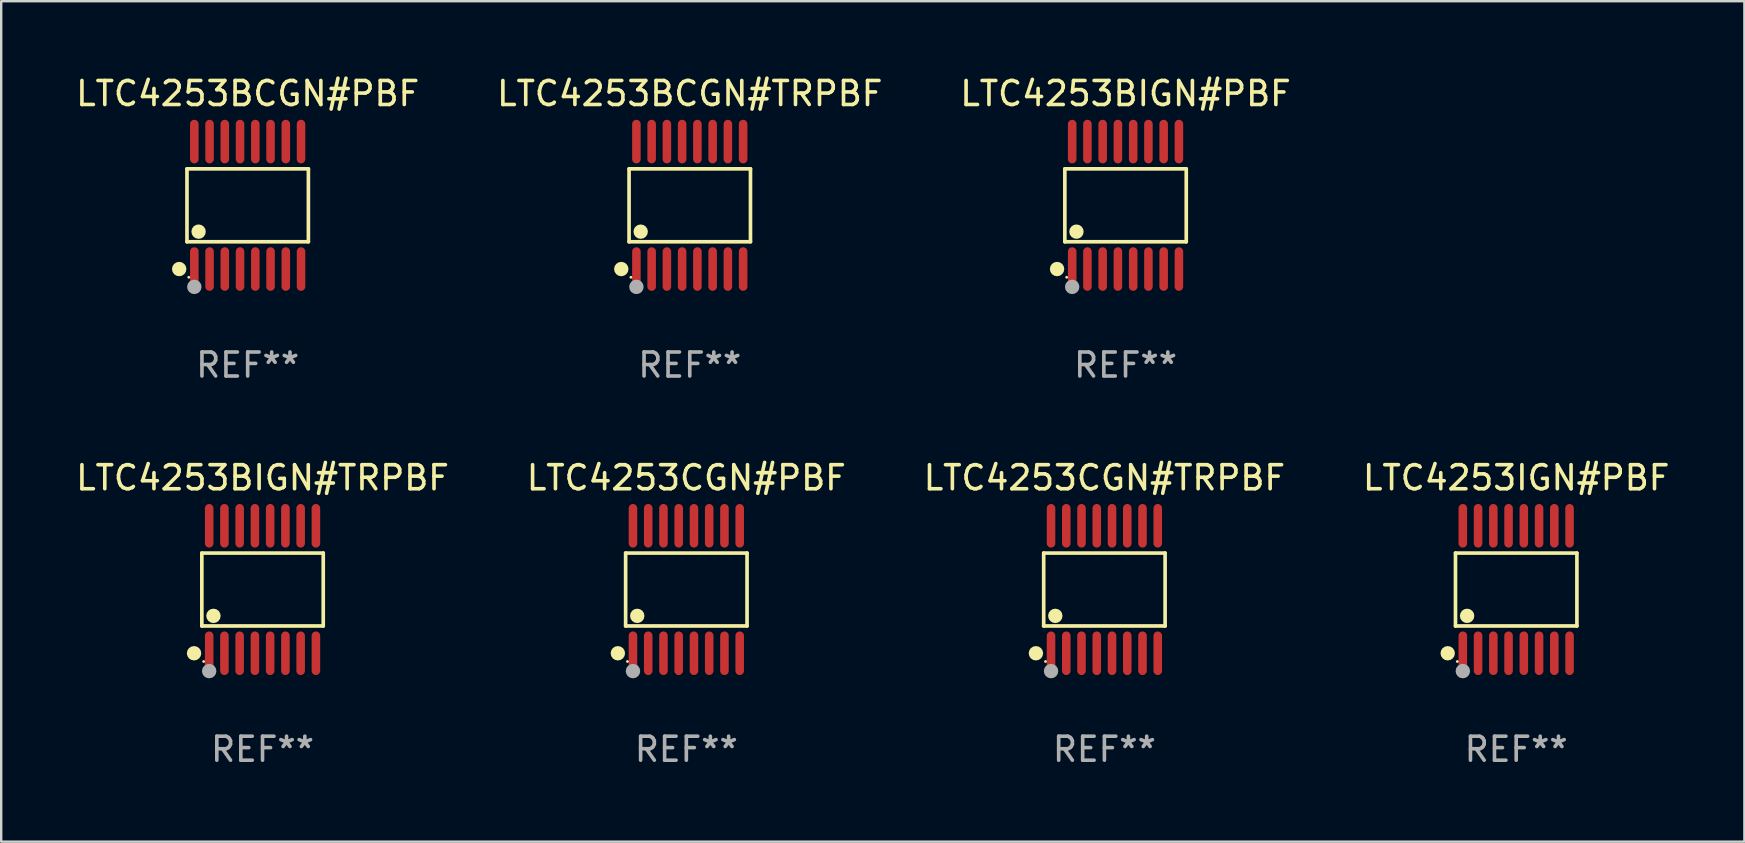
<source format=kicad_pcb>
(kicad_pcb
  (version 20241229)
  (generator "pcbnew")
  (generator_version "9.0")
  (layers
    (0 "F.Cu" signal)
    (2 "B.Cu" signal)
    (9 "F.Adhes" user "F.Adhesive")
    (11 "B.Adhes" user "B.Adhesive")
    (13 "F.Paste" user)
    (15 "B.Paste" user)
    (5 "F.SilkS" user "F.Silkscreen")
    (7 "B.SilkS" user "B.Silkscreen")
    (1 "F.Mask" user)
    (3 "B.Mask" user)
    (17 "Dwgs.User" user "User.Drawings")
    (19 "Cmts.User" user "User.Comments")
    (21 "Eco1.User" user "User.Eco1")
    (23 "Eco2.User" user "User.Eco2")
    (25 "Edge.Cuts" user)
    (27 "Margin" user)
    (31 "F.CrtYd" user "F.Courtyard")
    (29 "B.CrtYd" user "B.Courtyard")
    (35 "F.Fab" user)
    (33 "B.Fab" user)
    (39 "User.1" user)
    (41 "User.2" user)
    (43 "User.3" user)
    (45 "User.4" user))
  (footprint "LTC4253IGN#PBF"
    (layer "F.Cu")
    (at 60.113 21.509)
    (property "Reference" "LTC4253IGN#PBF" (at 0 -4.655 0) (layer "F.SilkS") (effects (font (size 1 1) (thickness 0.15))))
    (attr through_hole)
    (fp_line (start -2.529 -1.519) (end 2.529 -1.519) (stroke (width 0.152) (type solid)) (layer "F.SilkS"))
    (fp_line (start -2.529 1.519) (end -2.529 -1.519) (stroke (width 0.152) (type solid)) (layer "F.SilkS"))
    (fp_line (start 2.529 -1.519) (end 2.529 1.519) (stroke (width 0.152) (type solid)) (layer "F.SilkS"))
    (fp_line (start 2.529 1.519) (end -2.529 1.519) (stroke (width 0.152) (type solid)) (layer "F.SilkS"))
    (fp_circle (center -2.853 2.655) (end -2.703 2.655) (stroke (width 0.3) (type solid)) (fill no) (layer "F.SilkS"))
    (fp_circle (center -2.453 2.998) (end -2.423 2.998) (stroke (width 0.06) (type solid)) (fill no) (layer "F.SilkS"))
    (fp_circle (center -2.045 1.097) (end -1.895 1.097) (stroke (width 0.3) (type solid)) (fill no) (layer "F.SilkS"))
    (fp_circle (center -2.223 3.398) (end -2.072 3.398) (stroke (width 0.3) (type solid)) (fill no) (layer "F.Fab"))
    (fp_text user "REF**" (at 0 6.655 0) (layer "F.Fab") (effects (font (size 1 1) (thickness 0.15))))
    (pad "1" smd oval (at -2.223 2.655) (size 0.356 1.815) (layers "F.Cu" "F.Mask" "F.Paste"))
    (pad "2" smd oval (at -1.588 2.655) (size 0.356 1.815) (layers "F.Cu" "F.Mask" "F.Paste"))
    (pad "3" smd oval (at -0.953 2.655) (size 0.356 1.815) (layers "F.Cu" "F.Mask" "F.Paste"))
    (pad "4" smd oval (at -0.318 2.655) (size 0.356 1.815) (layers "F.Cu" "F.Mask" "F.Paste"))
    (pad "5" smd oval (at 0.318 2.655) (size 0.356 1.815) (layers "F.Cu" "F.Mask" "F.Paste"))
    (pad "6" smd oval (at 0.953 2.655) (size 0.356 1.815) (layers "F.Cu" "F.Mask" "F.Paste"))
    (pad "7" smd oval (at 1.588 2.655) (size 0.356 1.815) (layers "F.Cu" "F.Mask" "F.Paste"))
    (pad "8" smd oval (at 2.223 2.655) (size 0.356 1.815) (layers "F.Cu" "F.Mask" "F.Paste"))
    (pad "9" smd oval (at 2.223 -2.655) (size 0.356 1.815) (layers "F.Cu" "F.Mask" "F.Paste"))
    (pad "10" smd oval (at 1.588 -2.655) (size 0.356 1.815) (layers "F.Cu" "F.Mask" "F.Paste"))
    (pad "11" smd oval (at 0.953 -2.655) (size 0.356 1.815) (layers "F.Cu" "F.Mask" "F.Paste"))
    (pad "12" smd oval (at 0.318 -2.655) (size 0.356 1.815) (layers "F.Cu" "F.Mask" "F.Paste"))
    (pad "13" smd oval (at -0.318 -2.655) (size 0.356 1.815) (layers "F.Cu" "F.Mask" "F.Paste"))
    (pad "14" smd oval (at -0.953 -2.655) (size 0.356 1.815) (layers "F.Cu" "F.Mask" "F.Paste"))
    (pad "15" smd oval (at -1.588 -2.655) (size 0.356 1.815) (layers "F.Cu" "F.Mask" "F.Paste"))
    (pad "16" smd oval (at -2.223 -2.655) (size 0.356 1.815) (layers "F.Cu" "F.Mask" "F.Paste")))
  (footprint "LTC4253CGN#PBF"
    (layer "F.Cu")
    (at 25.542 21.509)
    (property "Reference" "LTC4253CGN#PBF" (at 0 -4.655 0) (layer "F.SilkS") (effects (font (size 1 1) (thickness 0.15))))
    (attr through_hole)
    (fp_line (start -2.529 -1.519) (end 2.529 -1.519) (stroke (width 0.152) (type solid)) (layer "F.SilkS"))
    (fp_line (start -2.529 1.519) (end -2.529 -1.519) (stroke (width 0.152) (type solid)) (layer "F.SilkS"))
    (fp_line (start 2.529 -1.519) (end 2.529 1.519) (stroke (width 0.152) (type solid)) (layer "F.SilkS"))
    (fp_line (start 2.529 1.519) (end -2.529 1.519) (stroke (width 0.152) (type solid)) (layer "F.SilkS"))
    (fp_circle (center -2.853 2.655) (end -2.703 2.655) (stroke (width 0.3) (type solid)) (fill no) (layer "F.SilkS"))
    (fp_circle (center -2.453 2.998) (end -2.423 2.998) (stroke (width 0.06) (type solid)) (fill no) (layer "F.SilkS"))
    (fp_circle (center -2.045 1.097) (end -1.895 1.097) (stroke (width 0.3) (type solid)) (fill no) (layer "F.SilkS"))
    (fp_circle (center -2.223 3.398) (end -2.072 3.398) (stroke (width 0.3) (type solid)) (fill no) (layer "F.Fab"))
    (fp_text user "REF**" (at 0 6.655 0) (layer "F.Fab") (effects (font (size 1 1) (thickness 0.15))))
    (pad "1" smd oval (at -2.223 2.655) (size 0.356 1.815) (layers "F.Cu" "F.Mask" "F.Paste"))
    (pad "2" smd oval (at -1.588 2.655) (size 0.356 1.815) (layers "F.Cu" "F.Mask" "F.Paste"))
    (pad "3" smd oval (at -0.953 2.655) (size 0.356 1.815) (layers "F.Cu" "F.Mask" "F.Paste"))
    (pad "4" smd oval (at -0.318 2.655) (size 0.356 1.815) (layers "F.Cu" "F.Mask" "F.Paste"))
    (pad "5" smd oval (at 0.318 2.655) (size 0.356 1.815) (layers "F.Cu" "F.Mask" "F.Paste"))
    (pad "6" smd oval (at 0.953 2.655) (size 0.356 1.815) (layers "F.Cu" "F.Mask" "F.Paste"))
    (pad "7" smd oval (at 1.588 2.655) (size 0.356 1.815) (layers "F.Cu" "F.Mask" "F.Paste"))
    (pad "8" smd oval (at 2.223 2.655) (size 0.356 1.815) (layers "F.Cu" "F.Mask" "F.Paste"))
    (pad "9" smd oval (at 2.223 -2.655) (size 0.356 1.815) (layers "F.Cu" "F.Mask" "F.Paste"))
    (pad "10" smd oval (at 1.588 -2.655) (size 0.356 1.815) (layers "F.Cu" "F.Mask" "F.Paste"))
    (pad "11" smd oval (at 0.953 -2.655) (size 0.356 1.815) (layers "F.Cu" "F.Mask" "F.Paste"))
    (pad "12" smd oval (at 0.318 -2.655) (size 0.356 1.815) (layers "F.Cu" "F.Mask" "F.Paste"))
    (pad "13" smd oval (at -0.318 -2.655) (size 0.356 1.815) (layers "F.Cu" "F.Mask" "F.Paste"))
    (pad "14" smd oval (at -0.953 -2.655) (size 0.356 1.815) (layers "F.Cu" "F.Mask" "F.Paste"))
    (pad "15" smd oval (at -1.588 -2.655) (size 0.356 1.815) (layers "F.Cu" "F.Mask" "F.Paste"))
    (pad "16" smd oval (at -2.223 -2.655) (size 0.356 1.815) (layers "F.Cu" "F.Mask" "F.Paste")))
  (footprint "LTC4253BCGN#PBF"
    (layer "F.Cu")
    (at 7.268 5.503)
    (property "Reference" "LTC4253BCGN#PBF" (at 0 -4.655 0) (layer "F.SilkS") (effects (font (size 1 1) (thickness 0.15))))
    (attr through_hole)
    (fp_line (start -2.529 -1.519) (end 2.529 -1.519) (stroke (width 0.152) (type solid)) (layer "F.SilkS"))
    (fp_line (start -2.529 1.519) (end -2.529 -1.519) (stroke (width 0.152) (type solid)) (layer "F.SilkS"))
    (fp_line (start 2.529 -1.519) (end 2.529 1.519) (stroke (width 0.152) (type solid)) (layer "F.SilkS"))
    (fp_line (start 2.529 1.519) (end -2.529 1.519) (stroke (width 0.152) (type solid)) (layer "F.SilkS"))
    (fp_circle (center -2.853 2.655) (end -2.703 2.655) (stroke (width 0.3) (type solid)) (fill no) (layer "F.SilkS"))
    (fp_circle (center -2.453 2.998) (end -2.423 2.998) (stroke (width 0.06) (type solid)) (fill no) (layer "F.SilkS"))
    (fp_circle (center -2.045 1.097) (end -1.895 1.097) (stroke (width 0.3) (type solid)) (fill no) (layer "F.SilkS"))
    (fp_circle (center -2.223 3.398) (end -2.072 3.398) (stroke (width 0.3) (type solid)) (fill no) (layer "F.Fab"))
    (fp_text user "REF**" (at 0 6.655 0) (layer "F.Fab") (effects (font (size 1 1) (thickness 0.15))))
    (pad "1" smd oval (at -2.223 2.655) (size 0.356 1.815) (layers "F.Cu" "F.Mask" "F.Paste"))
    (pad "2" smd oval (at -1.588 2.655) (size 0.356 1.815) (layers "F.Cu" "F.Mask" "F.Paste"))
    (pad "3" smd oval (at -0.953 2.655) (size 0.356 1.815) (layers "F.Cu" "F.Mask" "F.Paste"))
    (pad "4" smd oval (at -0.318 2.655) (size 0.356 1.815) (layers "F.Cu" "F.Mask" "F.Paste"))
    (pad "5" smd oval (at 0.318 2.655) (size 0.356 1.815) (layers "F.Cu" "F.Mask" "F.Paste"))
    (pad "6" smd oval (at 0.953 2.655) (size 0.356 1.815) (layers "F.Cu" "F.Mask" "F.Paste"))
    (pad "7" smd oval (at 1.588 2.655) (size 0.356 1.815) (layers "F.Cu" "F.Mask" "F.Paste"))
    (pad "8" smd oval (at 2.223 2.655) (size 0.356 1.815) (layers "F.Cu" "F.Mask" "F.Paste"))
    (pad "9" smd oval (at 2.223 -2.655) (size 0.356 1.815) (layers "F.Cu" "F.Mask" "F.Paste"))
    (pad "10" smd oval (at 1.588 -2.655) (size 0.356 1.815) (layers "F.Cu" "F.Mask" "F.Paste"))
    (pad "11" smd oval (at 0.953 -2.655) (size 0.356 1.815) (layers "F.Cu" "F.Mask" "F.Paste"))
    (pad "12" smd oval (at 0.318 -2.655) (size 0.356 1.815) (layers "F.Cu" "F.Mask" "F.Paste"))
    (pad "13" smd oval (at -0.318 -2.655) (size 0.356 1.815) (layers "F.Cu" "F.Mask" "F.Paste"))
    (pad "14" smd oval (at -0.953 -2.655) (size 0.356 1.815) (layers "F.Cu" "F.Mask" "F.Paste"))
    (pad "15" smd oval (at -1.588 -2.655) (size 0.356 1.815) (layers "F.Cu" "F.Mask" "F.Paste"))
    (pad "16" smd oval (at -2.223 -2.655) (size 0.356 1.815) (layers "F.Cu" "F.Mask" "F.Paste")))
  (footprint "LTC4253BCGN#TRPBF"
    (layer "F.Cu")
    (at 25.685 5.503)
    (property "Reference" "LTC4253BCGN#TRPBF" (at 0 -4.655 0) (layer "F.SilkS") (effects (font (size 1 1) (thickness 0.15))))
    (attr through_hole)
    (fp_line (start -2.529 -1.519) (end 2.529 -1.519) (stroke (width 0.152) (type solid)) (layer "F.SilkS"))
    (fp_line (start -2.529 1.519) (end -2.529 -1.519) (stroke (width 0.152) (type solid)) (layer "F.SilkS"))
    (fp_line (start 2.529 -1.519) (end 2.529 1.519) (stroke (width 0.152) (type solid)) (layer "F.SilkS"))
    (fp_line (start 2.529 1.519) (end -2.529 1.519) (stroke (width 0.152) (type solid)) (layer "F.SilkS"))
    (fp_circle (center -2.853 2.655) (end -2.703 2.655) (stroke (width 0.3) (type solid)) (fill no) (layer "F.SilkS"))
    (fp_circle (center -2.453 2.998) (end -2.423 2.998) (stroke (width 0.06) (type solid)) (fill no) (layer "F.SilkS"))
    (fp_circle (center -2.045 1.097) (end -1.895 1.097) (stroke (width 0.3) (type solid)) (fill no) (layer "F.SilkS"))
    (fp_circle (center -2.223 3.398) (end -2.072 3.398) (stroke (width 0.3) (type solid)) (fill no) (layer "F.Fab"))
    (fp_text user "REF**" (at 0 6.655 0) (layer "F.Fab") (effects (font (size 1 1) (thickness 0.15))))
    (pad "1" smd oval (at -2.223 2.655) (size 0.356 1.815) (layers "F.Cu" "F.Mask" "F.Paste"))
    (pad "2" smd oval (at -1.588 2.655) (size 0.356 1.815) (layers "F.Cu" "F.Mask" "F.Paste"))
    (pad "3" smd oval (at -0.953 2.655) (size 0.356 1.815) (layers "F.Cu" "F.Mask" "F.Paste"))
    (pad "4" smd oval (at -0.318 2.655) (size 0.356 1.815) (layers "F.Cu" "F.Mask" "F.Paste"))
    (pad "5" smd oval (at 0.318 2.655) (size 0.356 1.815) (layers "F.Cu" "F.Mask" "F.Paste"))
    (pad "6" smd oval (at 0.953 2.655) (size 0.356 1.815) (layers "F.Cu" "F.Mask" "F.Paste"))
    (pad "7" smd oval (at 1.588 2.655) (size 0.356 1.815) (layers "F.Cu" "F.Mask" "F.Paste"))
    (pad "8" smd oval (at 2.223 2.655) (size 0.356 1.815) (layers "F.Cu" "F.Mask" "F.Paste"))
    (pad "9" smd oval (at 2.223 -2.655) (size 0.356 1.815) (layers "F.Cu" "F.Mask" "F.Paste"))
    (pad "10" smd oval (at 1.588 -2.655) (size 0.356 1.815) (layers "F.Cu" "F.Mask" "F.Paste"))
    (pad "11" smd oval (at 0.953 -2.655) (size 0.356 1.815) (layers "F.Cu" "F.Mask" "F.Paste"))
    (pad "12" smd oval (at 0.318 -2.655) (size 0.356 1.815) (layers "F.Cu" "F.Mask" "F.Paste"))
    (pad "13" smd oval (at -0.318 -2.655) (size 0.356 1.815) (layers "F.Cu" "F.Mask" "F.Paste"))
    (pad "14" smd oval (at -0.953 -2.655) (size 0.356 1.815) (layers "F.Cu" "F.Mask" "F.Paste"))
    (pad "15" smd oval (at -1.588 -2.655) (size 0.356 1.815) (layers "F.Cu" "F.Mask" "F.Paste"))
    (pad "16" smd oval (at -2.223 -2.655) (size 0.356 1.815) (layers "F.Cu" "F.Mask" "F.Paste")))
  (footprint "LTC4253CGN#TRPBF"
    (layer "F.Cu")
    (at 42.958 21.509)
    (property "Reference" "LTC4253CGN#TRPBF" (at 0 -4.655 0) (layer "F.SilkS") (effects (font (size 1 1) (thickness 0.15))))
    (attr through_hole)
    (fp_line (start -2.529 -1.519) (end 2.529 -1.519) (stroke (width 0.152) (type solid)) (layer "F.SilkS"))
    (fp_line (start -2.529 1.519) (end -2.529 -1.519) (stroke (width 0.152) (type solid)) (layer "F.SilkS"))
    (fp_line (start 2.529 -1.519) (end 2.529 1.519) (stroke (width 0.152) (type solid)) (layer "F.SilkS"))
    (fp_line (start 2.529 1.519) (end -2.529 1.519) (stroke (width 0.152) (type solid)) (layer "F.SilkS"))
    (fp_circle (center -2.853 2.655) (end -2.703 2.655) (stroke (width 0.3) (type solid)) (fill no) (layer "F.SilkS"))
    (fp_circle (center -2.453 2.998) (end -2.423 2.998) (stroke (width 0.06) (type solid)) (fill no) (layer "F.SilkS"))
    (fp_circle (center -2.045 1.097) (end -1.895 1.097) (stroke (width 0.3) (type solid)) (fill no) (layer "F.SilkS"))
    (fp_circle (center -2.223 3.398) (end -2.072 3.398) (stroke (width 0.3) (type solid)) (fill no) (layer "F.Fab"))
    (fp_text user "REF**" (at 0 6.655 0) (layer "F.Fab") (effects (font (size 1 1) (thickness 0.15))))
    (pad "1" smd oval (at -2.223 2.655) (size 0.356 1.815) (layers "F.Cu" "F.Mask" "F.Paste"))
    (pad "2" smd oval (at -1.588 2.655) (size 0.356 1.815) (layers "F.Cu" "F.Mask" "F.Paste"))
    (pad "3" smd oval (at -0.953 2.655) (size 0.356 1.815) (layers "F.Cu" "F.Mask" "F.Paste"))
    (pad "4" smd oval (at -0.318 2.655) (size 0.356 1.815) (layers "F.Cu" "F.Mask" "F.Paste"))
    (pad "5" smd oval (at 0.318 2.655) (size 0.356 1.815) (layers "F.Cu" "F.Mask" "F.Paste"))
    (pad "6" smd oval (at 0.953 2.655) (size 0.356 1.815) (layers "F.Cu" "F.Mask" "F.Paste"))
    (pad "7" smd oval (at 1.588 2.655) (size 0.356 1.815) (layers "F.Cu" "F.Mask" "F.Paste"))
    (pad "8" smd oval (at 2.223 2.655) (size 0.356 1.815) (layers "F.Cu" "F.Mask" "F.Paste"))
    (pad "9" smd oval (at 2.223 -2.655) (size 0.356 1.815) (layers "F.Cu" "F.Mask" "F.Paste"))
    (pad "10" smd oval (at 1.588 -2.655) (size 0.356 1.815) (layers "F.Cu" "F.Mask" "F.Paste"))
    (pad "11" smd oval (at 0.953 -2.655) (size 0.356 1.815) (layers "F.Cu" "F.Mask" "F.Paste"))
    (pad "12" smd oval (at 0.318 -2.655) (size 0.356 1.815) (layers "F.Cu" "F.Mask" "F.Paste"))
    (pad "13" smd oval (at -0.318 -2.655) (size 0.356 1.815) (layers "F.Cu" "F.Mask" "F.Paste"))
    (pad "14" smd oval (at -0.953 -2.655) (size 0.356 1.815) (layers "F.Cu" "F.Mask" "F.Paste"))
    (pad "15" smd oval (at -1.588 -2.655) (size 0.356 1.815) (layers "F.Cu" "F.Mask" "F.Paste"))
    (pad "16" smd oval (at -2.223 -2.655) (size 0.356 1.815) (layers "F.Cu" "F.Mask" "F.Paste")))
  (footprint "LTC4253BIGN#TRPBF"
    (layer "F.Cu")
    (at 7.887 21.509)
    (property "Reference" "LTC4253BIGN#TRPBF" (at 0 -4.655 0) (layer "F.SilkS") (effects (font (size 1 1) (thickness 0.15))))
    (attr through_hole)
    (fp_line (start -2.529 -1.519) (end 2.529 -1.519) (stroke (width 0.152) (type solid)) (layer "F.SilkS"))
    (fp_line (start -2.529 1.519) (end -2.529 -1.519) (stroke (width 0.152) (type solid)) (layer "F.SilkS"))
    (fp_line (start 2.529 -1.519) (end 2.529 1.519) (stroke (width 0.152) (type solid)) (layer "F.SilkS"))
    (fp_line (start 2.529 1.519) (end -2.529 1.519) (stroke (width 0.152) (type solid)) (layer "F.SilkS"))
    (fp_circle (center -2.853 2.655) (end -2.703 2.655) (stroke (width 0.3) (type solid)) (fill no) (layer "F.SilkS"))
    (fp_circle (center -2.453 2.998) (end -2.423 2.998) (stroke (width 0.06) (type solid)) (fill no) (layer "F.SilkS"))
    (fp_circle (center -2.045 1.097) (end -1.895 1.097) (stroke (width 0.3) (type solid)) (fill no) (layer "F.SilkS"))
    (fp_circle (center -2.223 3.398) (end -2.072 3.398) (stroke (width 0.3) (type solid)) (fill no) (layer "F.Fab"))
    (fp_text user "REF**" (at 0 6.655 0) (layer "F.Fab") (effects (font (size 1 1) (thickness 0.15))))
    (pad "1" smd oval (at -2.223 2.655) (size 0.356 1.815) (layers "F.Cu" "F.Mask" "F.Paste"))
    (pad "2" smd oval (at -1.588 2.655) (size 0.356 1.815) (layers "F.Cu" "F.Mask" "F.Paste"))
    (pad "3" smd oval (at -0.953 2.655) (size 0.356 1.815) (layers "F.Cu" "F.Mask" "F.Paste"))
    (pad "4" smd oval (at -0.318 2.655) (size 0.356 1.815) (layers "F.Cu" "F.Mask" "F.Paste"))
    (pad "5" smd oval (at 0.318 2.655) (size 0.356 1.815) (layers "F.Cu" "F.Mask" "F.Paste"))
    (pad "6" smd oval (at 0.953 2.655) (size 0.356 1.815) (layers "F.Cu" "F.Mask" "F.Paste"))
    (pad "7" smd oval (at 1.588 2.655) (size 0.356 1.815) (layers "F.Cu" "F.Mask" "F.Paste"))
    (pad "8" smd oval (at 2.223 2.655) (size 0.356 1.815) (layers "F.Cu" "F.Mask" "F.Paste"))
    (pad "9" smd oval (at 2.223 -2.655) (size 0.356 1.815) (layers "F.Cu" "F.Mask" "F.Paste"))
    (pad "10" smd oval (at 1.588 -2.655) (size 0.356 1.815) (layers "F.Cu" "F.Mask" "F.Paste"))
    (pad "11" smd oval (at 0.953 -2.655) (size 0.356 1.815) (layers "F.Cu" "F.Mask" "F.Paste"))
    (pad "12" smd oval (at 0.318 -2.655) (size 0.356 1.815) (layers "F.Cu" "F.Mask" "F.Paste"))
    (pad "13" smd oval (at -0.318 -2.655) (size 0.356 1.815) (layers "F.Cu" "F.Mask" "F.Paste"))
    (pad "14" smd oval (at -0.953 -2.655) (size 0.356 1.815) (layers "F.Cu" "F.Mask" "F.Paste"))
    (pad "15" smd oval (at -1.588 -2.655) (size 0.356 1.815) (layers "F.Cu" "F.Mask" "F.Paste"))
    (pad "16" smd oval (at -2.223 -2.655) (size 0.356 1.815) (layers "F.Cu" "F.Mask" "F.Paste")))
  (footprint "LTC4253BIGN#PBF"
    (layer "F.Cu")
    (at 43.839 5.503)
    (property "Reference" "LTC4253BIGN#PBF" (at 0 -4.655 0) (layer "F.SilkS") (effects (font (size 1 1) (thickness 0.15))))
    (attr through_hole)
    (fp_line (start -2.529 -1.519) (end 2.529 -1.519) (stroke (width 0.152) (type solid)) (layer "F.SilkS"))
    (fp_line (start -2.529 1.519) (end -2.529 -1.519) (stroke (width 0.152) (type solid)) (layer "F.SilkS"))
    (fp_line (start 2.529 -1.519) (end 2.529 1.519) (stroke (width 0.152) (type solid)) (layer "F.SilkS"))
    (fp_line (start 2.529 1.519) (end -2.529 1.519) (stroke (width 0.152) (type solid)) (layer "F.SilkS"))
    (fp_circle (center -2.853 2.655) (end -2.703 2.655) (stroke (width 0.3) (type solid)) (fill no) (layer "F.SilkS"))
    (fp_circle (center -2.453 2.998) (end -2.423 2.998) (stroke (width 0.06) (type solid)) (fill no) (layer "F.SilkS"))
    (fp_circle (center -2.045 1.097) (end -1.895 1.097) (stroke (width 0.3) (type solid)) (fill no) (layer "F.SilkS"))
    (fp_circle (center -2.223 3.398) (end -2.072 3.398) (stroke (width 0.3) (type solid)) (fill no) (layer "F.Fab"))
    (fp_text user "REF**" (at 0 6.655 0) (layer "F.Fab") (effects (font (size 1 1) (thickness 0.15))))
    (pad "1" smd oval (at -2.223 2.655) (size 0.356 1.815) (layers "F.Cu" "F.Mask" "F.Paste"))
    (pad "2" smd oval (at -1.588 2.655) (size 0.356 1.815) (layers "F.Cu" "F.Mask" "F.Paste"))
    (pad "3" smd oval (at -0.953 2.655) (size 0.356 1.815) (layers "F.Cu" "F.Mask" "F.Paste"))
    (pad "4" smd oval (at -0.318 2.655) (size 0.356 1.815) (layers "F.Cu" "F.Mask" "F.Paste"))
    (pad "5" smd oval (at 0.318 2.655) (size 0.356 1.815) (layers "F.Cu" "F.Mask" "F.Paste"))
    (pad "6" smd oval (at 0.953 2.655) (size 0.356 1.815) (layers "F.Cu" "F.Mask" "F.Paste"))
    (pad "7" smd oval (at 1.588 2.655) (size 0.356 1.815) (layers "F.Cu" "F.Mask" "F.Paste"))
    (pad "8" smd oval (at 2.223 2.655) (size 0.356 1.815) (layers "F.Cu" "F.Mask" "F.Paste"))
    (pad "9" smd oval (at 2.223 -2.655) (size 0.356 1.815) (layers "F.Cu" "F.Mask" "F.Paste"))
    (pad "10" smd oval (at 1.588 -2.655) (size 0.356 1.815) (layers "F.Cu" "F.Mask" "F.Paste"))
    (pad "11" smd oval (at 0.953 -2.655) (size 0.356 1.815) (layers "F.Cu" "F.Mask" "F.Paste"))
    (pad "12" smd oval (at 0.318 -2.655) (size 0.356 1.815) (layers "F.Cu" "F.Mask" "F.Paste"))
    (pad "13" smd oval (at -0.318 -2.655) (size 0.356 1.815) (layers "F.Cu" "F.Mask" "F.Paste"))
    (pad "14" smd oval (at -0.953 -2.655) (size 0.356 1.815) (layers "F.Cu" "F.Mask" "F.Paste"))
    (pad "15" smd oval (at -1.588 -2.655) (size 0.356 1.815) (layers "F.Cu" "F.Mask" "F.Paste"))
    (pad "16" smd oval (at -2.223 -2.655) (size 0.356 1.815) (layers "F.Cu" "F.Mask" "F.Paste")))
  (gr_rect
    (start -3 -3)
    (end 69.619 32.012)
    (stroke (width 0.1) (type default))
    (fill no)
    (layer "Edge.Cuts")))
</source>
